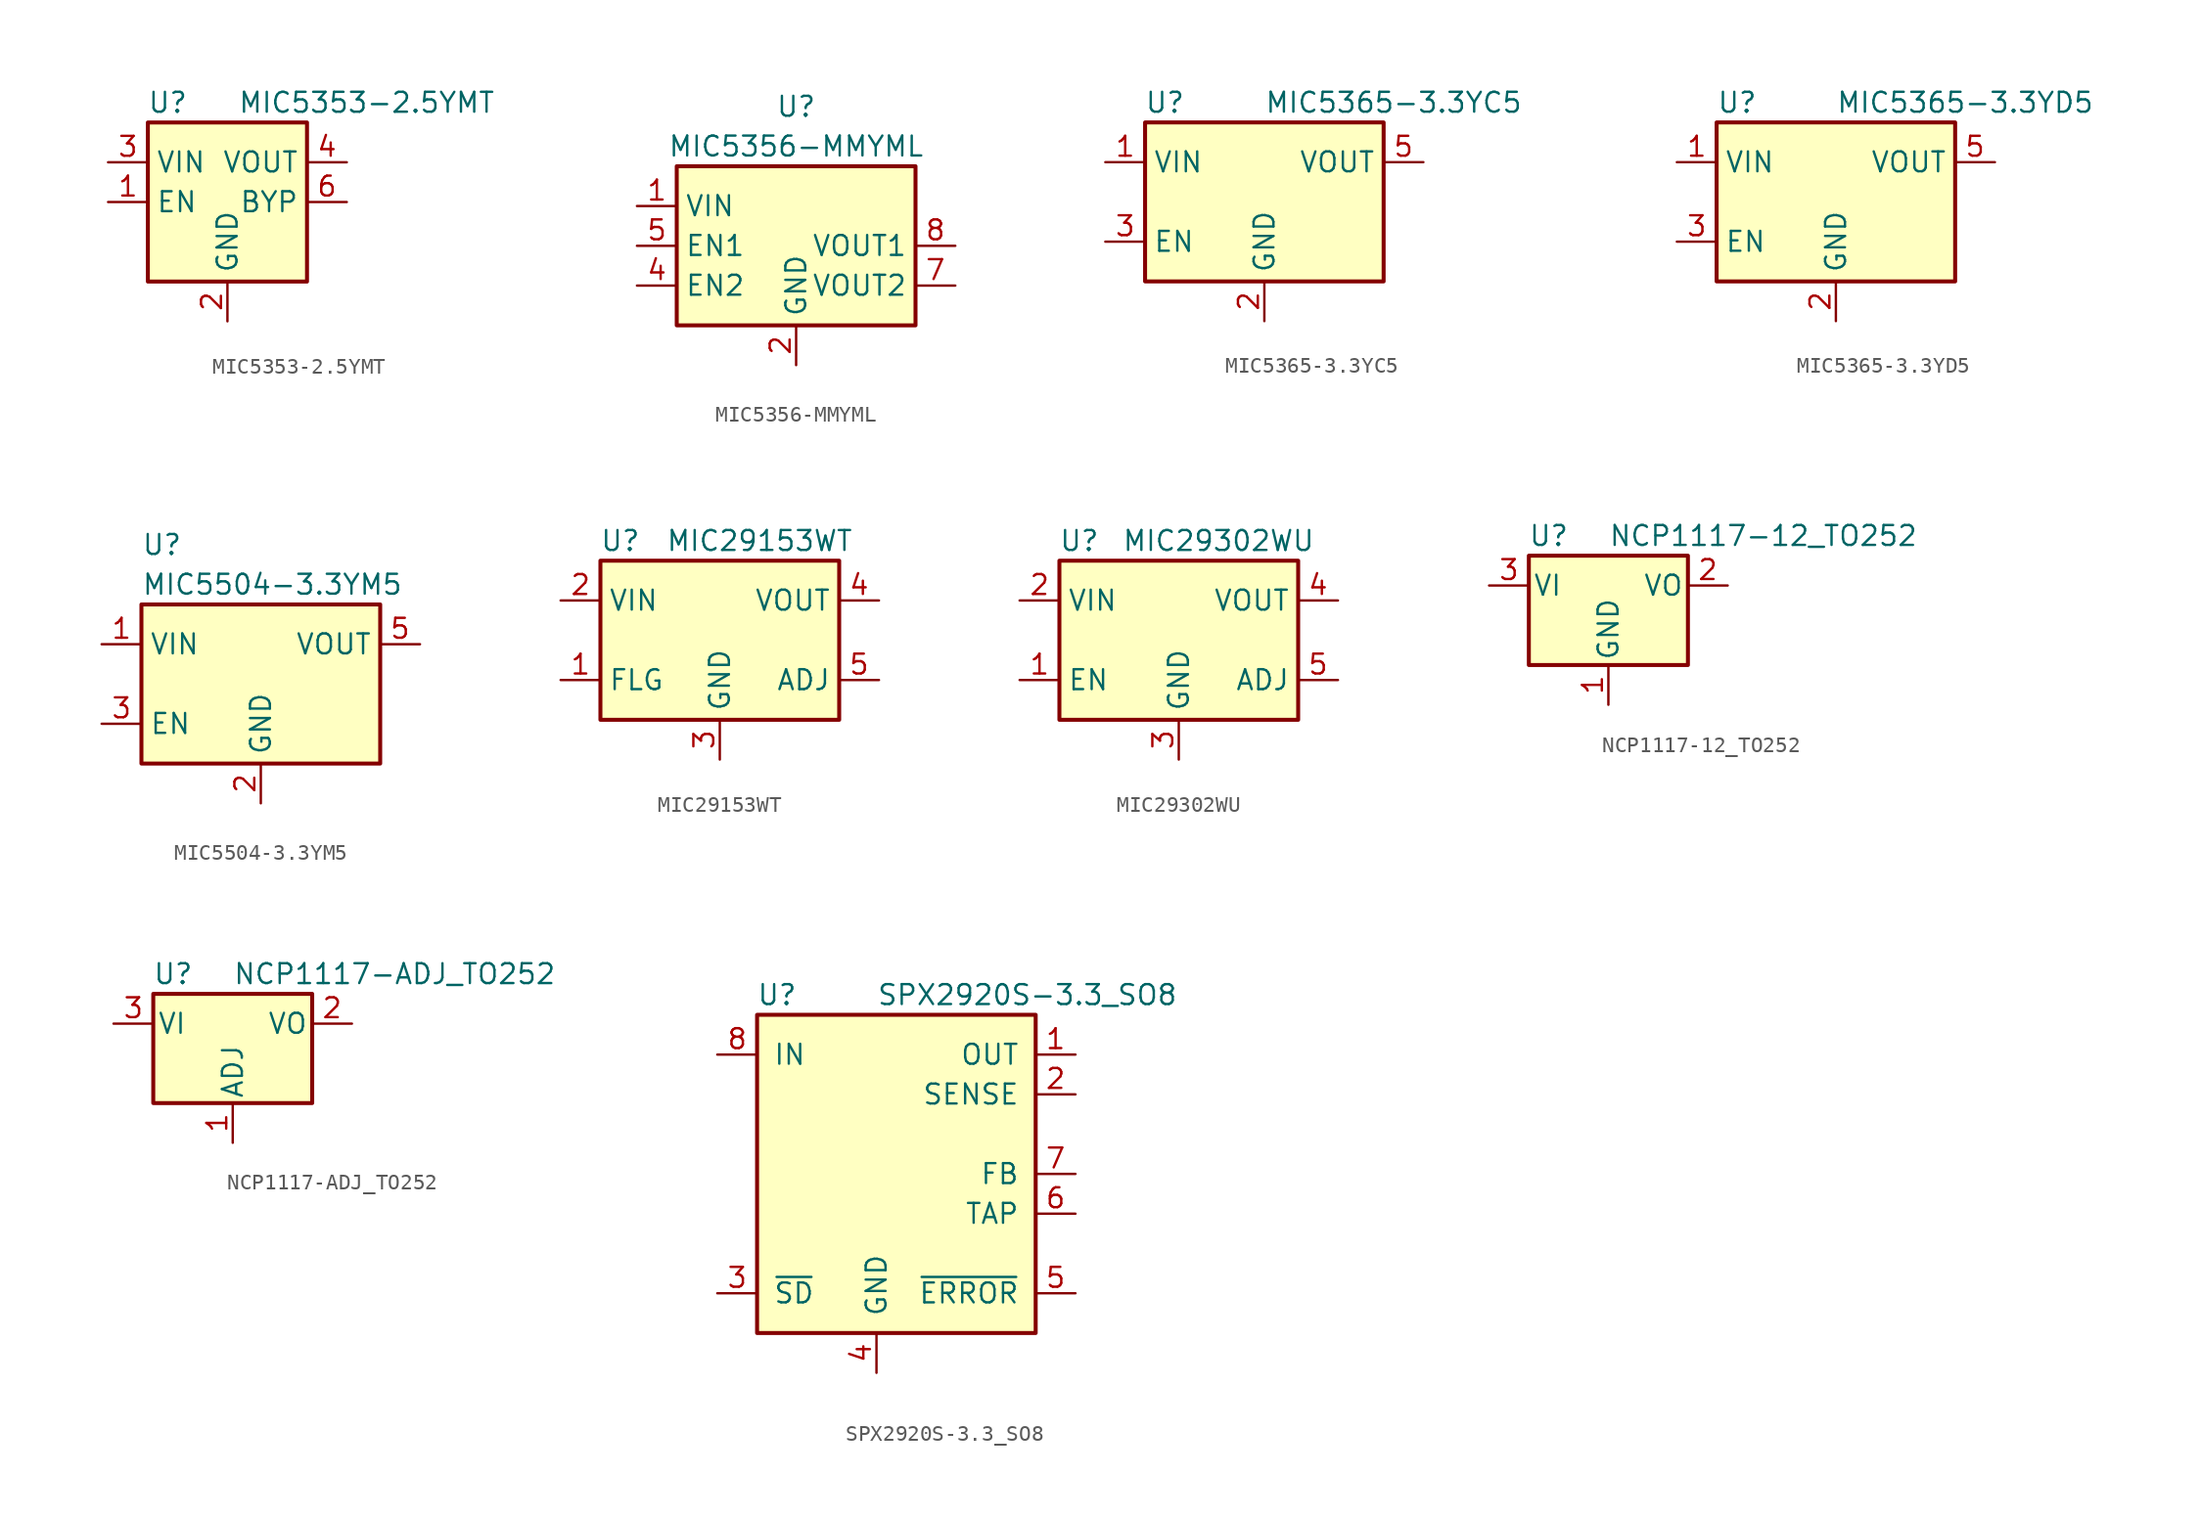
<source format=kicad_sym>
(kicad_symbol_lib
  (version 20211014)
  (generator kicad_symbol_editor)
  (symbol "MIC5353-2.5YMT"
    (property "Reference" "U"
      (at -3.81 6.35 0)
      (effects (font (size 1.27 1.27))))
    (property "Value" "MIC5353-2.5YMT"
      (at 8.89 6.35 0)
      (effects (font (size 1.27 1.27))))
    (symbol "MIC5353-2.5YMT_0_1"
      (rectangle (start -5.08 -5.08) (end 5.08 5.08) (stroke (width 0.254) (type default) (color 0 0 0 0)) (fill (type background)))
      (pin input line (at -7.62 0 0) (length 2.54) (name "EN" (effects (font (size 1.27 1.27)))) (number "1" (effects (font (size 1.27 1.27)))))
      (pin power_in line (at 0 -7.62 90) (length 2.54) (name "GND" (effects (font (size 1.27 1.27)))) (number "2" (effects (font (size 1.27 1.27)))))
      (pin power_in line (at -7.62 2.54 0) (length 2.54) (name "VIN" (effects (font (size 1.27 1.27)))) (number "3" (effects (font (size 1.27 1.27)))))
      (pin power_out line (at 7.62 2.54 180) (length 2.54) (name "VOUT" (effects (font (size 1.27 1.27)))) (number "4" (effects (font (size 1.27 1.27)))))
      (pin no_connect line (at 5.08 -2.54 180) (length 2.54) hide (name "NC" (effects (font (size 1.27 1.27)))) (number "5" (effects (font (size 1.27 1.27)))))
      (pin passive line (at 7.62 0 180) (length 2.54) (name "BYP" (effects (font (size 1.27 1.27)))) (number "6" (effects (font (size 1.27 1.27)))))
      (pin passive line (at 0 -7.62 90) (length 2.54) hide (name "GND" (effects (font (size 1.27 1.27)))) (number "7" (effects (font (size 1.27 1.27)))))))
  (symbol "MIC5356-MMYML"
    (property "Reference" "U"
      (at 0 8.89 0)
      (effects (font (size 1.27 1.27))))
    (property "Value" "MIC5356-MMYML"
      (at 0 6.35 0)
      (effects (font (size 1.27 1.27))))
    (symbol "MIC5356-MMYML_0_1"
      (rectangle (start -7.62 5.08) (end 7.62 -5.08) (stroke (width 0.254) (type default) (color 0 0 0 0)) (fill (type background))))
    (symbol "MIC5356-MMYML_1_1"
      (pin power_in line (at -10.16 2.54 0) (length 2.54) (name "VIN" (effects (font (size 1.27 1.27)))) (number "1" (effects (font (size 1.27 1.27)))))
      (pin power_in line (at 0 -7.62 90) (length 2.54) (name "GND" (effects (font (size 1.27 1.27)))) (number "2" (effects (font (size 1.27 1.27)))))
      (pin no_connect line (at 0 5.08 270) (length 2.54) hide (name "NC" (effects (font (size 1.27 1.27)))) (number "3" (effects (font (size 1.27 1.27)))))
      (pin input line (at -10.16 -2.54 0) (length 2.54) (name "EN2" (effects (font (size 1.27 1.27)))) (number "4" (effects (font (size 1.27 1.27)))))
      (pin input line (at -10.16 0 0) (length 2.54) (name "EN1" (effects (font (size 1.27 1.27)))) (number "5" (effects (font (size 1.27 1.27)))))
      (pin no_connect line (at 7.62 2.54 180) (length 2.54) hide (name "NC" (effects (font (size 1.27 1.27)))) (number "6" (effects (font (size 1.27 1.27)))))
      (pin power_out line (at 10.16 -2.54 180) (length 2.54) (name "VOUT2" (effects (font (size 1.27 1.27)))) (number "7" (effects (font (size 1.27 1.27)))))
      (pin power_out line (at 10.16 0 180) (length 2.54) (name "VOUT1" (effects (font (size 1.27 1.27)))) (number "8" (effects (font (size 1.27 1.27)))))
      (pin passive line (at 0 -7.62 90) (length 2.54) hide (name "GND" (effects (font (size 1.27 1.27)))) (number "9" (effects (font (size 1.27 1.27)))))))
  (symbol "MIC5365-3.3YC5"
    (property "Reference" "U"
      (at -6.35 6.35 0)
      (effects (font (size 1.27 1.27))))
    (property "Value" "MIC5365-3.3YC5"
      (at 0 6.35 0)
      (effects (font (size 1.27 1.27)) (justify left)))
    (symbol "MIC5365-3.3YC5_0_1"
      (rectangle (start -7.62 -5.08) (end 7.62 5.08) (stroke (width 0.254) (type default) (color 0 0 0 0)) (fill (type background))))
    (symbol "MIC5365-3.3YC5_1_1"
      (pin power_in line (at -10.16 2.54 0) (length 2.54) (name "VIN" (effects (font (size 1.27 1.27)))) (number "1" (effects (font (size 1.27 1.27)))))
      (pin power_in line (at 0 -7.62 90) (length 2.54) (name "GND" (effects (font (size 1.27 1.27)))) (number "2" (effects (font (size 1.27 1.27)))))
      (pin input line (at -10.16 -2.54 0) (length 2.54) (name "EN" (effects (font (size 1.27 1.27)))) (number "3" (effects (font (size 1.27 1.27)))))
      (pin no_connect line (at 7.62 -2.54 180) (length 2.54) hide (name "NC" (effects (font (size 1.27 1.27)))) (number "4" (effects (font (size 1.27 1.27)))))
      (pin power_out line (at 10.16 2.54 180) (length 2.54) (name "VOUT" (effects (font (size 1.27 1.27)))) (number "5" (effects (font (size 1.27 1.27)))))))
  (symbol "MIC5365-3.3YD5"
    (property "Reference" "U"
      (at -7.62 6.35 0)
      (effects (font (size 1.27 1.27)) (justify left)))
    (property "Value" "MIC5365-3.3YD5"
      (at 0 6.35 0)
      (effects (font (size 1.27 1.27)) (justify left)))
    (symbol "MIC5365-3.3YD5_0_1"
      (rectangle (start -7.62 -5.08) (end 7.62 5.08) (stroke (width 0.254) (type default) (color 0 0 0 0)) (fill (type background))))
    (symbol "MIC5365-3.3YD5_1_1"
      (pin power_in line (at -10.16 2.54 0) (length 2.54) (name "VIN" (effects (font (size 1.27 1.27)))) (number "1" (effects (font (size 1.27 1.27)))))
      (pin power_in line (at 0 -7.62 90) (length 2.54) (name "GND" (effects (font (size 1.27 1.27)))) (number "2" (effects (font (size 1.27 1.27)))))
      (pin input line (at -10.16 -2.54 0) (length 2.54) (name "EN" (effects (font (size 1.27 1.27)))) (number "3" (effects (font (size 1.27 1.27)))))
      (pin no_connect line (at 7.62 -2.54 180) (length 2.54) hide (name "NC" (effects (font (size 1.27 1.27)))) (number "4" (effects (font (size 1.27 1.27)))))
      (pin power_out line (at 10.16 2.54 180) (length 2.54) (name "VOUT" (effects (font (size 1.27 1.27)))) (number "5" (effects (font (size 1.27 1.27)))))))
  (symbol "MIC5504-3.3YM5"
    (property "Reference" "U"
      (at -7.62 8.89 0)
      (effects (font (size 1.27 1.27)) (justify left)))
    (property "Value" "MIC5504-3.3YM5"
      (at -7.62 6.35 0)
      (effects (font (size 1.27 1.27)) (justify left)))
    (symbol "MIC5504-3.3YM5_0_1"
      (rectangle (start -7.62 -5.08) (end 7.62 5.08) (stroke (width 0.254) (type default) (color 0 0 0 0)) (fill (type background))))
    (symbol "MIC5504-3.3YM5_1_1"
      (pin power_in line (at -10.16 2.54 0) (length 2.54) (name "VIN" (effects (font (size 1.27 1.27)))) (number "1" (effects (font (size 1.27 1.27)))))
      (pin power_in line (at 0 -7.62 90) (length 2.54) (name "GND" (effects (font (size 1.27 1.27)))) (number "2" (effects (font (size 1.27 1.27)))))
      (pin input line (at -10.16 -2.54 0) (length 2.54) (name "EN" (effects (font (size 1.27 1.27)))) (number "3" (effects (font (size 1.27 1.27)))))
      (pin no_connect line (at 7.62 -2.54 180) (length 2.54) hide (name "NC" (effects (font (size 1.27 1.27)))) (number "4" (effects (font (size 1.27 1.27)))))
      (pin power_out line (at 10.16 2.54 180) (length 2.54) (name "VOUT" (effects (font (size 1.27 1.27)))) (number "5" (effects (font (size 1.27 1.27)))))))
  (symbol "MIC29153WT"
    (property "Reference" "U"
      (at -6.35 6.35 0)
      (effects (font (size 1.27 1.27))))
    (property "Value" "MIC29153WT"
      (at 2.54 6.35 0)
      (effects (font (size 1.27 1.27))))
    (symbol "MIC29153WT_1_1"
      (rectangle (start -7.62 5.08) (end 7.62 -5.08) (stroke (width 0.254) (type default) (color 0 0 0 0)) (fill (type background)))
      (pin open_collector line (at -10.16 -2.54 0) (length 2.54) (name "FLG" (effects (font (size 1.27 1.27)))) (number "1" (effects (font (size 1.27 1.27)))))
      (pin power_in line (at -10.16 2.54 0) (length 2.54) (name "VIN" (effects (font (size 1.27 1.27)))) (number "2" (effects (font (size 1.27 1.27)))))
      (pin power_in line (at 0 -7.62 90) (length 2.54) (name "GND" (effects (font (size 1.27 1.27)))) (number "3" (effects (font (size 1.27 1.27)))))
      (pin power_out line (at 10.16 2.54 180) (length 2.54) (name "VOUT" (effects (font (size 1.27 1.27)))) (number "4" (effects (font (size 1.27 1.27)))))
      (pin input line (at 10.16 -2.54 180) (length 2.54) (name "ADJ" (effects (font (size 1.27 1.27)))) (number "5" (effects (font (size 1.27 1.27)))))))
  (symbol "MIC29302WU"
    (property "Reference" "U"
      (at -6.35 6.35 0)
      (effects (font (size 1.27 1.27))))
    (property "Value" "MIC29302WU"
      (at 2.54 6.35 0)
      (effects (font (size 1.27 1.27))))
    (symbol "MIC29302WU_1_1"
      (rectangle (start -7.62 5.08) (end 7.62 -5.08) (stroke (width 0.254) (type default) (color 0 0 0 0)) (fill (type background)))
      (pin input line (at -10.16 -2.54 0) (length 2.54) (name "EN" (effects (font (size 1.27 1.27)))) (number "1" (effects (font (size 1.27 1.27)))))
      (pin power_in line (at -10.16 2.54 0) (length 2.54) (name "VIN" (effects (font (size 1.27 1.27)))) (number "2" (effects (font (size 1.27 1.27)))))
      (pin power_in line (at 0 -7.62 90) (length 2.54) (name "GND" (effects (font (size 1.27 1.27)))) (number "3" (effects (font (size 1.27 1.27)))))
      (pin power_out line (at 10.16 2.54 180) (length 2.54) (name "VOUT" (effects (font (size 1.27 1.27)))) (number "4" (effects (font (size 1.27 1.27)))))
      (pin input line (at 10.16 -2.54 180) (length 2.54) (name "ADJ" (effects (font (size 1.27 1.27)))) (number "5" (effects (font (size 1.27 1.27)))))))
  (symbol "NCP1117-12_TO252"
    (pin_names
      (offset 0.254))
    (property "Reference" "U"
      (at -3.81 3.175 0)
      (effects (font (size 1.27 1.27))))
    (property "Value" "NCP1117-12_TO252"
      (at 0 3.175 0)
      (effects (font (size 1.27 1.27)) (justify left)))
    (symbol "NCP1117-12_TO252_0_1"
      (rectangle (start -5.08 1.905) (end 5.08 -5.08) (stroke (width 0.254) (type default) (color 0 0 0 0)) (fill (type background))))
    (symbol "NCP1117-12_TO252_1_1"
      (pin power_in line (at 0 -7.62 90) (length 2.54) (name "GND" (effects (font (size 1.27 1.27)))) (number "1" (effects (font (size 1.27 1.27)))))
      (pin power_out line (at 7.62 0 180) (length 2.54) (name "VO" (effects (font (size 1.27 1.27)))) (number "2" (effects (font (size 1.27 1.27)))))
      (pin power_in line (at -7.62 0 0) (length 2.54) (name "VI" (effects (font (size 1.27 1.27)))) (number "3" (effects (font (size 1.27 1.27)))))))
  (symbol "NCP1117-ADJ_TO252"
    (pin_names
      (offset 0.254))
    (property "Reference" "U"
      (at -3.81 3.175 0)
      (effects (font (size 1.27 1.27))))
    (property "Value" "NCP1117-ADJ_TO252"
      (at 0 3.175 0)
      (effects (font (size 1.27 1.27)) (justify left)))
    (symbol "NCP1117-ADJ_TO252_0_1"
      (rectangle (start -5.08 1.905) (end 5.08 -5.08) (stroke (width 0.254) (type default) (color 0 0 0 0)) (fill (type background))))
    (symbol "NCP1117-ADJ_TO252_1_1"
      (pin input line (at 0 -7.62 90) (length 2.54) (name "ADJ" (effects (font (size 1.27 1.27)))) (number "1" (effects (font (size 1.27 1.27)))))
      (pin power_out line (at 7.62 0 180) (length 2.54) (name "VO" (effects (font (size 1.27 1.27)))) (number "2" (effects (font (size 1.27 1.27)))))
      (pin power_in line (at -7.62 0 0) (length 2.54) (name "VI" (effects (font (size 1.27 1.27)))) (number "3" (effects (font (size 1.27 1.27)))))))
  (symbol "SPX2920S-3.3_SO8"
    (pin_names
      (offset 1.016))
    (property "Reference" "U"
      (at -6.35 3.81 0)
      (effects (font (size 1.27 1.27))))
    (property "Value" "SPX2920S-3.3_SO8"
      (at 0 3.81 0)
      (effects (font (size 1.27 1.27)) (justify left)))
    (symbol "SPX2920S-3.3_SO8_0_1"
      (rectangle (start -7.62 2.54) (end 10.16 -17.78) (stroke (width 0.254) (type default) (color 0 0 0 0)) (fill (type background))))
    (symbol "SPX2920S-3.3_SO8_1_1"
      (pin power_out line (at 12.7 0 180) (length 2.54) (name "OUT" (effects (font (size 1.27 1.27)))) (number "1" (effects (font (size 1.27 1.27)))))
      (pin passive line (at 12.7 -2.54 180) (length 2.54) (name "SENSE" (effects (font (size 1.27 1.27)))) (number "2" (effects (font (size 1.27 1.27)))))
      (pin input line (at -10.16 -15.24 0) (length 2.54) (name "~{SD}" (effects (font (size 1.27 1.27)))) (number "3" (effects (font (size 1.27 1.27)))))
      (pin power_in line (at 0 -20.32 90) (length 2.54) (name "GND" (effects (font (size 1.27 1.27)))) (number "4" (effects (font (size 1.27 1.27)))))
      (pin output line (at 12.7 -15.24 180) (length 2.54) (name "~{ERROR}" (effects (font (size 1.27 1.27)))) (number "5" (effects (font (size 1.27 1.27)))))
      (pin passive line (at 12.7 -10.16 180) (length 2.54) (name "TAP" (effects (font (size 1.27 1.27)))) (number "6" (effects (font (size 1.27 1.27)))))
      (pin passive line (at 12.7 -7.62 180) (length 2.54) (name "FB" (effects (font (size 1.27 1.27)))) (number "7" (effects (font (size 1.27 1.27)))))
      (pin power_in line (at -10.16 0 0) (length 2.54) (name "IN" (effects (font (size 1.27 1.27)))) (number "8" (effects (font (size 1.27 1.27))))))))
</source>
